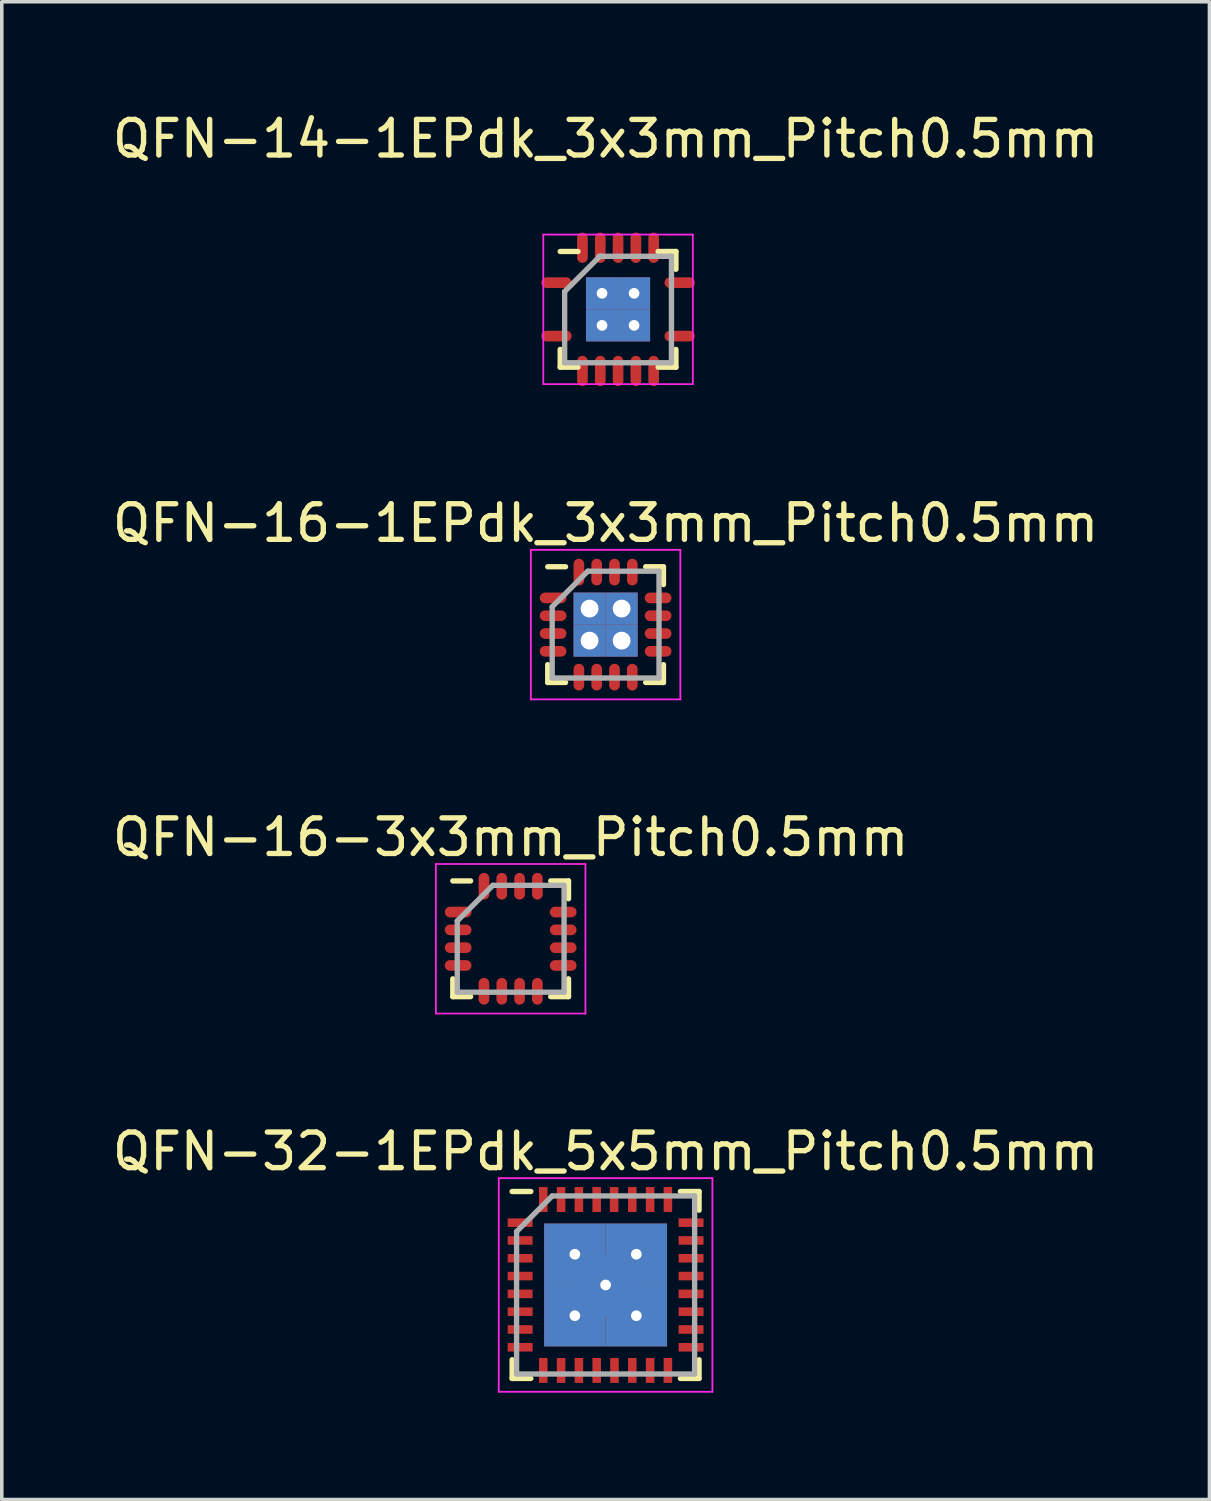
<source format=kicad_pcb>
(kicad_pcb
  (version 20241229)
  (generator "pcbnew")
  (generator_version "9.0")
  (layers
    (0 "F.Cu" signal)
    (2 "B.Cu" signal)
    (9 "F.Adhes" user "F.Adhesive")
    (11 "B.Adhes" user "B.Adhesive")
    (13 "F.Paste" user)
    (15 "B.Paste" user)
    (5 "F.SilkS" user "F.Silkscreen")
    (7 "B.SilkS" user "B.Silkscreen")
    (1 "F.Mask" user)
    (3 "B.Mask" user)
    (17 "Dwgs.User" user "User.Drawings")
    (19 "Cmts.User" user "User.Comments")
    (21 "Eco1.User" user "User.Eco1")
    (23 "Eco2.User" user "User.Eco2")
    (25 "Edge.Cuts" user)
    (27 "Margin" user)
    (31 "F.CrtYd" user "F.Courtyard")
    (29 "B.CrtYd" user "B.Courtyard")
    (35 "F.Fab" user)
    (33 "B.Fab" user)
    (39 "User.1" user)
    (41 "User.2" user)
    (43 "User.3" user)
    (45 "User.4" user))
  (footprint "QFN-32-1EPdk_5x5mm_Pitch0.5mm"
    (layer "F.Cu")
    (at 13.958 33.038)
    (property "Reference" "QFN-32-1EPdk_5x5mm_Pitch0.5mm" (at 0 -3.75 0) (layer "F.SilkS") (effects (font (size 1 1) (thickness 0.15))))
    (attr smd)
    (fp_line (start -2.625 -2.625) (end -2.1 -2.625) (stroke (width 0.15) (type solid)) (layer "F.SilkS"))
    (fp_line (start -2.625 2.625) (end -2.625 2.1) (stroke (width 0.15) (type solid)) (layer "F.SilkS"))
    (fp_line (start -2.625 2.625) (end -2.1 2.625) (stroke (width 0.15) (type solid)) (layer "F.SilkS"))
    (fp_line (start 2.625 -2.625) (end 2.1 -2.625) (stroke (width 0.15) (type solid)) (layer "F.SilkS"))
    (fp_line (start 2.625 -2.625) (end 2.625 -2.1) (stroke (width 0.15) (type solid)) (layer "F.SilkS"))
    (fp_line (start 2.625 2.625) (end 2.1 2.625) (stroke (width 0.15) (type solid)) (layer "F.SilkS"))
    (fp_line (start 2.625 2.625) (end 2.625 2.1) (stroke (width 0.15) (type solid)) (layer "F.SilkS"))
    (fp_line (start -3 -3) (end -3 3) (stroke (width 0.05) (type solid)) (layer "F.CrtYd"))
    (fp_line (start -3 -3) (end 3 -3) (stroke (width 0.05) (type solid)) (layer "F.CrtYd"))
    (fp_line (start -3 3) (end 3 3) (stroke (width 0.05) (type solid)) (layer "F.CrtYd"))
    (fp_line (start 3 -3) (end 3 3) (stroke (width 0.05) (type solid)) (layer "F.CrtYd"))
    (fp_line (start -2.5 -1.5) (end -1.5 -2.5) (stroke (width 0.15) (type solid)) (layer "F.Fab"))
    (fp_line (start -2.5 2.5) (end -2.5 -1.5) (stroke (width 0.15) (type solid)) (layer "F.Fab"))
    (fp_line (start -1.5 -2.5) (end 2.5 -2.5) (stroke (width 0.15) (type solid)) (layer "F.Fab"))
    (fp_line (start 2.5 -2.5) (end 2.5 2.5) (stroke (width 0.15) (type solid)) (layer "F.Fab"))
    (fp_line (start 2.5 2.5) (end -2.5 2.5) (stroke (width 0.15) (type solid)) (layer "F.Fab"))
    (pad "1" smd rect (at -2.4 -1.75) (size 0.7 0.24) (layers "F.Cu" "F.Mask" "F.Paste"))
    (pad "2" smd rect (at -2.4 -1.25) (size 0.7 0.24) (layers "F.Cu" "F.Mask" "F.Paste"))
    (pad "3" smd rect (at -2.4 -0.75) (size 0.7 0.24) (layers "F.Cu" "F.Mask" "F.Paste"))
    (pad "4" smd rect (at -2.4 -0.25) (size 0.7 0.24) (layers "F.Cu" "F.Mask" "F.Paste"))
    (pad "5" smd rect (at -2.4 0.25) (size 0.7 0.24) (layers "F.Cu" "F.Mask" "F.Paste"))
    (pad "6" smd rect (at -2.4 0.75) (size 0.7 0.24) (layers "F.Cu" "F.Mask" "F.Paste"))
    (pad "7" smd rect (at -2.4 1.25) (size 0.7 0.24) (layers "F.Cu" "F.Mask" "F.Paste"))
    (pad "8" smd rect (at -2.4 1.75) (size 0.7 0.24) (layers "F.Cu" "F.Mask" "F.Paste"))
    (pad "9" smd rect (at -1.75 2.4 90) (size 0.7 0.24) (layers "F.Cu" "F.Mask" "F.Paste"))
    (pad "10" smd rect (at -1.25 2.4 90) (size 0.7 0.24) (layers "F.Cu" "F.Mask" "F.Paste"))
    (pad "11" smd rect (at -0.75 2.4 90) (size 0.7 0.24) (layers "F.Cu" "F.Mask" "F.Paste"))
    (pad "12" smd rect (at -0.25 2.4 90) (size 0.7 0.24) (layers "F.Cu" "F.Mask" "F.Paste"))
    (pad "13" smd rect (at 0.25 2.4 90) (size 0.7 0.24) (layers "F.Cu" "F.Mask" "F.Paste"))
    (pad "14" smd rect (at 0.75 2.4 90) (size 0.7 0.24) (layers "F.Cu" "F.Mask" "F.Paste"))
    (pad "15" smd rect (at 1.25 2.4 90) (size 0.7 0.24) (layers "F.Cu" "F.Mask" "F.Paste"))
    (pad "16" smd rect (at 1.75 2.4 90) (size 0.7 0.24) (layers "F.Cu" "F.Mask" "F.Paste"))
    (pad "17" smd rect (at 2.4 1.75) (size 0.7 0.24) (layers "F.Cu" "F.Mask" "F.Paste"))
    (pad "18" smd rect (at 2.4 1.25) (size 0.7 0.24) (layers "F.Cu" "F.Mask" "F.Paste"))
    (pad "19" smd rect (at 2.4 0.75) (size 0.7 0.24) (layers "F.Cu" "F.Mask" "F.Paste"))
    (pad "20" smd rect (at 2.4 0.25) (size 0.7 0.24) (layers "F.Cu" "F.Mask" "F.Paste"))
    (pad "21" smd rect (at 2.4 -0.25) (size 0.7 0.24) (layers "F.Cu" "F.Mask" "F.Paste"))
    (pad "22" smd rect (at 2.4 -0.75) (size 0.7 0.24) (layers "F.Cu" "F.Mask" "F.Paste"))
    (pad "23" smd rect (at 2.4 -1.25) (size 0.7 0.24) (layers "F.Cu" "F.Mask" "F.Paste"))
    (pad "24" smd rect (at 2.4 -1.75) (size 0.7 0.24) (layers "F.Cu" "F.Mask" "F.Paste"))
    (pad "25" smd rect (at 1.75 -2.4 90) (size 0.7 0.24) (layers "F.Cu" "F.Mask" "F.Paste"))
    (pad "26" smd rect (at 1.25 -2.4 90) (size 0.7 0.24) (layers "F.Cu" "F.Mask" "F.Paste"))
    (pad "27" smd rect (at 0.75 -2.4 90) (size 0.7 0.24) (layers "F.Cu" "F.Mask" "F.Paste"))
    (pad "28" smd rect (at 0.24 -2.4 90) (size 0.7 0.24) (layers "F.Cu" "F.Mask" "F.Paste"))
    (pad "29" smd rect (at -0.25 -2.4 90) (size 0.7 0.24) (layers "F.Cu" "F.Mask" "F.Paste"))
    (pad "30" smd rect (at -0.75 -2.4 90) (size 0.7 0.24) (layers "F.Cu" "F.Mask" "F.Paste"))
    (pad "31" smd rect (at -1.25 -2.4 90) (size 0.7 0.24) (layers "F.Cu" "F.Mask" "F.Paste"))
    (pad "32" smd rect (at -1.75 -2.4 90) (size 0.7 0.24) (layers "F.Cu" "F.Mask" "F.Paste"))
    (pad "33" thru_hole rect (at -0.863 -0.863) (size 1.725 1.725) (drill 0.3) (layers "*.Cu" "*.Mask"))
    (pad "33" thru_hole rect (at -0.863 0.863) (size 1.725 1.725) (drill 0.3) (layers "*.Cu" "*.Mask"))
    (pad "33" thru_hole rect (at 0 0) (size 1.725 1.725) (drill 0.3) (layers "*.Cu" "*.Mask"))
    (pad "33" thru_hole rect (at 0.863 -0.863) (size 1.725 1.725) (drill 0.3) (layers "*.Cu" "*.Mask"))
    (pad "33" thru_hole rect (at 0.863 0.863) (size 1.725 1.725) (drill 0.3) (layers "*.Cu" "*.Mask")))
  (footprint "QFN-16-1EPdk_3x3mm_Pitch0.5mm"
    (layer "F.Cu")
    (at 13.958 14.492)
    (property "Reference" "QFN-16-1EPdk_3x3mm_Pitch0.5mm" (at 0 -2.85 0) (layer "F.SilkS") (effects (font (size 1 1) (thickness 0.15))))
    (attr smd)
    (fp_line (start -1.625 -1.625) (end -1.125 -1.625) (stroke (width 0.15) (type solid)) (layer "F.SilkS"))
    (fp_line (start -1.625 1.625) (end -1.625 1.125) (stroke (width 0.15) (type solid)) (layer "F.SilkS"))
    (fp_line (start -1.625 1.625) (end -1.125 1.625) (stroke (width 0.15) (type solid)) (layer "F.SilkS"))
    (fp_line (start 1.625 -1.625) (end 1.125 -1.625) (stroke (width 0.15) (type solid)) (layer "F.SilkS"))
    (fp_line (start 1.625 -1.625) (end 1.625 -1.125) (stroke (width 0.15) (type solid)) (layer "F.SilkS"))
    (fp_line (start 1.625 1.625) (end 1.125 1.625) (stroke (width 0.15) (type solid)) (layer "F.SilkS"))
    (fp_line (start 1.625 1.625) (end 1.625 1.125) (stroke (width 0.15) (type solid)) (layer "F.SilkS"))
    (fp_line (start -2.1 -2.1) (end -2.1 2.1) (stroke (width 0.05) (type solid)) (layer "F.CrtYd"))
    (fp_line (start -2.1 -2.1) (end 2.1 -2.1) (stroke (width 0.05) (type solid)) (layer "F.CrtYd"))
    (fp_line (start -2.1 2.1) (end 2.1 2.1) (stroke (width 0.05) (type solid)) (layer "F.CrtYd"))
    (fp_line (start 2.1 -2.1) (end 2.1 2.1) (stroke (width 0.05) (type solid)) (layer "F.CrtYd"))
    (fp_line (start -1.5 -0.5) (end -0.5 -1.5) (stroke (width 0.15) (type solid)) (layer "F.Fab"))
    (fp_line (start -1.5 1.5) (end -1.5 -0.5) (stroke (width 0.15) (type solid)) (layer "F.Fab"))
    (fp_line (start -0.5 -1.5) (end 1.5 -1.5) (stroke (width 0.15) (type solid)) (layer "F.Fab"))
    (fp_line (start 1.5 -1.5) (end 1.5 1.5) (stroke (width 0.15) (type solid)) (layer "F.Fab"))
    (fp_line (start 1.5 1.5) (end -1.5 1.5) (stroke (width 0.15) (type solid)) (layer "F.Fab"))
    (pad "1" smd oval (at -1.475 -0.75) (size 0.75 0.3) (layers "F.Cu" "F.Mask" "F.Paste"))
    (pad "2" smd oval (at -1.475 -0.25) (size 0.75 0.3) (layers "F.Cu" "F.Mask" "F.Paste"))
    (pad "3" smd oval (at -1.475 0.25) (size 0.75 0.3) (layers "F.Cu" "F.Mask" "F.Paste"))
    (pad "4" smd oval (at -1.475 0.75) (size 0.75 0.3) (layers "F.Cu" "F.Mask" "F.Paste"))
    (pad "5" smd oval (at -0.75 1.475 90) (size 0.75 0.3) (layers "F.Cu" "F.Mask" "F.Paste"))
    (pad "6" smd oval (at -0.25 1.475 90) (size 0.75 0.3) (layers "F.Cu" "F.Mask" "F.Paste"))
    (pad "7" smd oval (at 0.25 1.475 90) (size 0.75 0.3) (layers "F.Cu" "F.Mask" "F.Paste"))
    (pad "8" smd oval (at 0.75 1.475 90) (size 0.75 0.3) (layers "F.Cu" "F.Mask" "F.Paste"))
    (pad "9" smd oval (at 1.475 0.75) (size 0.75 0.3) (layers "F.Cu" "F.Mask" "F.Paste"))
    (pad "10" smd oval (at 1.475 0.25) (size 0.75 0.3) (layers "F.Cu" "F.Mask" "F.Paste"))
    (pad "11" smd oval (at 1.475 -0.25) (size 0.75 0.3) (layers "F.Cu" "F.Mask" "F.Paste"))
    (pad "12" smd oval (at 1.475 -0.75) (size 0.75 0.3) (layers "F.Cu" "F.Mask" "F.Paste"))
    (pad "13" smd oval (at 0.75 -1.475 90) (size 0.75 0.3) (layers "F.Cu" "F.Mask" "F.Paste"))
    (pad "14" smd oval (at 0.25 -1.475 90) (size 0.75 0.3) (layers "F.Cu" "F.Mask" "F.Paste"))
    (pad "15" smd oval (at -0.25 -1.475 90) (size 0.75 0.3) (layers "F.Cu" "F.Mask" "F.Paste"))
    (pad "16" smd oval (at -0.75 -1.475 90) (size 0.75 0.3) (layers "F.Cu" "F.Mask" "F.Paste"))
    (pad "17" thru_hole rect (at -0.45 -0.45) (size 0.9 0.9) (drill 0.5) (layers "*.Cu" "*.Mask"))
    (pad "17" thru_hole rect (at -0.45 0.45) (size 0.9 0.9) (drill 0.5) (layers "*.Cu" "*.Mask"))
    (pad "17" thru_hole rect (at 0.45 -0.45) (size 0.9 0.9) (drill 0.5) (layers "*.Cu" "*.Mask"))
    (pad "17" thru_hole rect (at 0.45 0.45) (size 0.9 0.9) (drill 0.5) (layers "*.Cu" "*.Mask")))
  (footprint "QFN-14-1EPdk_3x3mm_Pitch0.5mm"
    (layer "F.Cu")
    (at 14.308 5.638)
    (property "Reference" "QFN-14-1EPdk_3x3mm_Pitch0.5mm" (at -0.35 -4.79 0) (layer "F.SilkS") (effects (font (size 1 1) (thickness 0.15))))
    (attr smd)
    (fp_line (start -1.625 -1.625) (end -1.125 -1.625) (stroke (width 0.15) (type solid)) (layer "F.SilkS"))
    (fp_line (start -1.625 1.625) (end -1.625 1.125) (stroke (width 0.15) (type solid)) (layer "F.SilkS"))
    (fp_line (start -1.625 1.625) (end -1.125 1.625) (stroke (width 0.15) (type solid)) (layer "F.SilkS"))
    (fp_line (start 1.625 -1.625) (end 1.125 -1.625) (stroke (width 0.15) (type solid)) (layer "F.SilkS"))
    (fp_line (start 1.625 -1.625) (end 1.625 -1.125) (stroke (width 0.15) (type solid)) (layer "F.SilkS"))
    (fp_line (start 1.625 1.625) (end 1.125 1.625) (stroke (width 0.15) (type solid)) (layer "F.SilkS"))
    (fp_line (start 1.625 1.625) (end 1.625 1.125) (stroke (width 0.15) (type solid)) (layer "F.SilkS"))
    (fp_line (start -2.1 -2.1) (end -2.1 2.1) (stroke (width 0.05) (type solid)) (layer "F.CrtYd"))
    (fp_line (start -2.1 -2.1) (end 2.1 -2.1) (stroke (width 0.05) (type solid)) (layer "F.CrtYd"))
    (fp_line (start -2.1 2.1) (end 2.1 2.1) (stroke (width 0.05) (type solid)) (layer "F.CrtYd"))
    (fp_line (start 2.1 -2.1) (end 2.1 2.1) (stroke (width 0.05) (type solid)) (layer "F.CrtYd"))
    (fp_line (start -1.5 -0.5) (end -0.5 -1.5) (stroke (width 0.15) (type solid)) (layer "F.Fab"))
    (fp_line (start -1.5 1.5) (end -1.5 -0.5) (stroke (width 0.15) (type solid)) (layer "F.Fab"))
    (fp_line (start -0.54 -1.49) (end 1.5 -1.49) (stroke (width 0.15) (type solid)) (layer "F.Fab"))
    (fp_line (start 1.5 -1.5) (end 1.5 1.5) (stroke (width 0.15) (type solid)) (layer "F.Fab"))
    (fp_line (start 1.5 1.5) (end -1.5 1.5) (stroke (width 0.15) (type solid)) (layer "F.Fab"))
    (pad "1" smd oval (at -1.73 -0.75) (size 0.85 0.3) (layers "F.Cu" "F.Mask" "F.Paste"))
    (pad "2" smd oval (at -1 -1.73 270) (size 0.85 0.3) (layers "F.Cu" "F.Mask" "F.Paste"))
    (pad "3" smd oval (at -0.5 -1.73 90) (size 0.85 0.3) (layers "F.Cu" "F.Mask" "F.Paste"))
    (pad "4" smd oval (at 0 -1.73 90) (size 0.85 0.3) (layers "F.Cu" "F.Mask" "F.Paste"))
    (pad "5" smd oval (at 0.5 -1.73 90) (size 0.85 0.3) (layers "F.Cu" "F.Mask" "F.Paste"))
    (pad "6" smd oval (at 1 -1.73 90) (size 0.85 0.3) (layers "F.Cu" "F.Mask" "F.Paste"))
    (pad "7" smd oval (at 1.73 -0.75 180) (size 0.85 0.3) (layers "F.Cu" "F.Mask" "F.Paste"))
    (pad "8" smd oval (at 1.73 0.75 180) (size 0.85 0.3) (layers "F.Cu" "F.Mask" "F.Paste"))
    (pad "9" smd oval (at 1 1.73 90) (size 0.85 0.3) (layers "F.Cu" "F.Mask" "F.Paste"))
    (pad "10" smd oval (at 0.5 1.73 90) (size 0.85 0.3) (layers "F.Cu" "F.Mask" "F.Paste"))
    (pad "11" smd oval (at 0 1.73 90) (size 0.85 0.3) (layers "F.Cu" "F.Mask" "F.Paste"))
    (pad "12" smd oval (at -0.5 1.73 90) (size 0.85 0.3) (layers "F.Cu" "F.Mask" "F.Paste"))
    (pad "13" smd oval (at -1 1.73 90) (size 0.85 0.3) (layers "F.Cu" "F.Mask" "F.Paste"))
    (pad "14" smd oval (at -1.73 0.75 180) (size 0.85 0.3) (layers "F.Cu" "F.Mask" "F.Paste"))
    (pad "15" thru_hole rect (at -0.45 -0.45) (size 0.9 0.9) (drill 0.3) (layers "*.Cu" "*.Mask"))
    (pad "15" thru_hole rect (at -0.45 0.45) (size 0.9 0.9) (drill 0.3) (layers "*.Cu" "*.Mask"))
    (pad "15" thru_hole rect (at 0.45 -0.45) (size 0.9 0.9) (drill 0.3) (layers "*.Cu" "*.Mask"))
    (pad "15" thru_hole rect (at 0.45 0.45) (size 0.9 0.9) (drill 0.3) (layers "*.Cu" "*.Mask")))
  (footprint "QFN-16-3x3mm_Pitch0.5mm"
    (layer "F.Cu")
    (at 11.292 23.315)
    (property "Reference" "QFN-16-3x3mm_Pitch0.5mm" (at 0 -2.85 0) (layer "F.SilkS") (effects (font (size 1 1) (thickness 0.15))))
    (attr smd)
    (fp_line (start -1.625 -1.625) (end -1.125 -1.625) (stroke (width 0.15) (type solid)) (layer "F.SilkS"))
    (fp_line (start -1.625 1.625) (end -1.625 1.125) (stroke (width 0.15) (type solid)) (layer "F.SilkS"))
    (fp_line (start -1.625 1.625) (end -1.125 1.625) (stroke (width 0.15) (type solid)) (layer "F.SilkS"))
    (fp_line (start 1.625 -1.625) (end 1.125 -1.625) (stroke (width 0.15) (type solid)) (layer "F.SilkS"))
    (fp_line (start 1.625 -1.625) (end 1.625 -1.125) (stroke (width 0.15) (type solid)) (layer "F.SilkS"))
    (fp_line (start 1.625 1.625) (end 1.125 1.625) (stroke (width 0.15) (type solid)) (layer "F.SilkS"))
    (fp_line (start 1.625 1.625) (end 1.625 1.125) (stroke (width 0.15) (type solid)) (layer "F.SilkS"))
    (fp_line (start -2.1 -2.1) (end -2.1 2.1) (stroke (width 0.05) (type solid)) (layer "F.CrtYd"))
    (fp_line (start -2.1 -2.1) (end 2.1 -2.1) (stroke (width 0.05) (type solid)) (layer "F.CrtYd"))
    (fp_line (start -2.1 2.1) (end 2.1 2.1) (stroke (width 0.05) (type solid)) (layer "F.CrtYd"))
    (fp_line (start 2.1 -2.1) (end 2.1 2.1) (stroke (width 0.05) (type solid)) (layer "F.CrtYd"))
    (fp_line (start -1.5 -0.5) (end -0.5 -1.5) (stroke (width 0.15) (type solid)) (layer "F.Fab"))
    (fp_line (start -1.5 1.5) (end -1.5 -0.5) (stroke (width 0.15) (type solid)) (layer "F.Fab"))
    (fp_line (start -0.5 -1.5) (end 1.5 -1.5) (stroke (width 0.15) (type solid)) (layer "F.Fab"))
    (fp_line (start 1.5 -1.5) (end 1.5 1.5) (stroke (width 0.15) (type solid)) (layer "F.Fab"))
    (fp_line (start 1.5 1.5) (end -1.5 1.5) (stroke (width 0.15) (type solid)) (layer "F.Fab"))
    (pad "1" smd oval (at -1.475 -0.75) (size 0.75 0.3) (layers "F.Cu" "F.Mask" "F.Paste"))
    (pad "2" smd oval (at -1.475 -0.25) (size 0.75 0.3) (layers "F.Cu" "F.Mask" "F.Paste"))
    (pad "3" smd oval (at -1.475 0.25) (size 0.75 0.3) (layers "F.Cu" "F.Mask" "F.Paste"))
    (pad "4" smd oval (at -1.475 0.75) (size 0.75 0.3) (layers "F.Cu" "F.Mask" "F.Paste"))
    (pad "5" smd oval (at -0.75 1.475 90) (size 0.75 0.3) (layers "F.Cu" "F.Mask" "F.Paste"))
    (pad "6" smd oval (at -0.25 1.475 90) (size 0.75 0.3) (layers "F.Cu" "F.Mask" "F.Paste"))
    (pad "7" smd oval (at 0.25 1.475 90) (size 0.75 0.3) (layers "F.Cu" "F.Mask" "F.Paste"))
    (pad "8" smd oval (at 0.75 1.475 90) (size 0.75 0.3) (layers "F.Cu" "F.Mask" "F.Paste"))
    (pad "9" smd oval (at 1.475 0.75) (size 0.75 0.3) (layers "F.Cu" "F.Mask" "F.Paste"))
    (pad "10" smd oval (at 1.475 0.25) (size 0.75 0.3) (layers "F.Cu" "F.Mask" "F.Paste"))
    (pad "11" smd oval (at 1.475 -0.25) (size 0.75 0.3) (layers "F.Cu" "F.Mask" "F.Paste"))
    (pad "12" smd oval (at 1.475 -0.75) (size 0.75 0.3) (layers "F.Cu" "F.Mask" "F.Paste"))
    (pad "13" smd oval (at 0.75 -1.475 90) (size 0.75 0.3) (layers "F.Cu" "F.Mask" "F.Paste"))
    (pad "14" smd oval (at 0.25 -1.475 90) (size 0.75 0.3) (layers "F.Cu" "F.Mask" "F.Paste"))
    (pad "15" smd oval (at -0.25 -1.475 90) (size 0.75 0.3) (layers "F.Cu" "F.Mask" "F.Paste"))
    (pad "16" smd oval (at -0.75 -1.475 90) (size 0.75 0.3) (layers "F.Cu" "F.Mask" "F.Paste")))
  (gr_rect
    (start -3 -3)
    (end 30.917 39.063)
    (stroke (width 0.1) (type default))
    (fill no)
    (layer "Edge.Cuts")))
</source>
